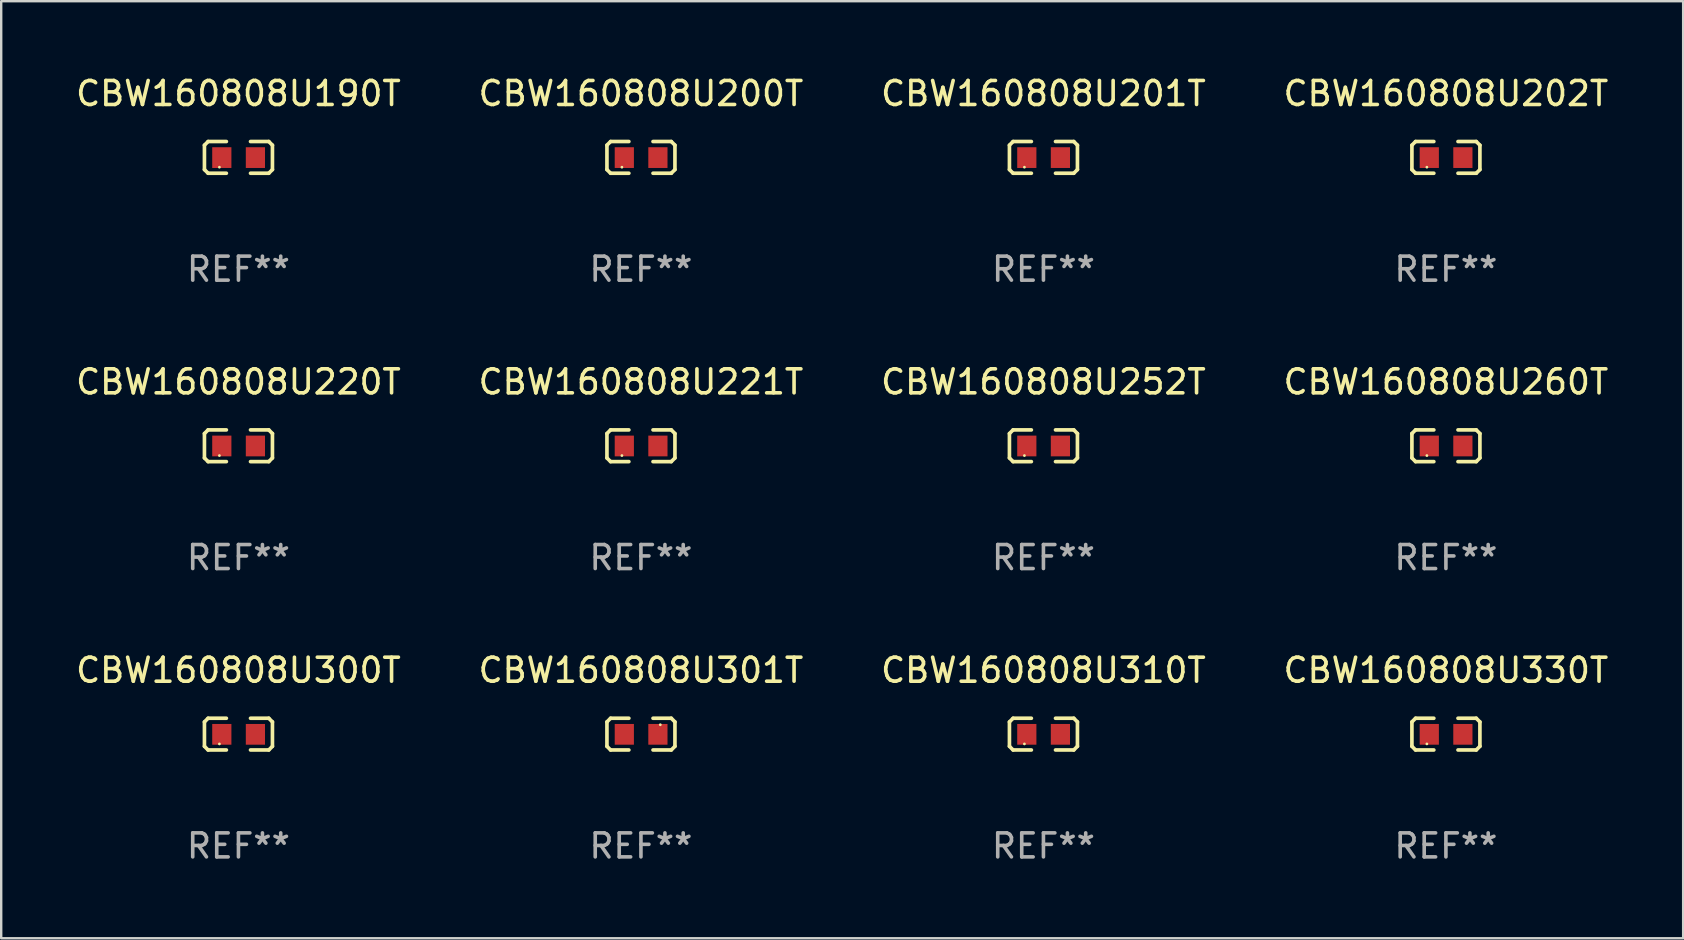
<source format=kicad_pcb>
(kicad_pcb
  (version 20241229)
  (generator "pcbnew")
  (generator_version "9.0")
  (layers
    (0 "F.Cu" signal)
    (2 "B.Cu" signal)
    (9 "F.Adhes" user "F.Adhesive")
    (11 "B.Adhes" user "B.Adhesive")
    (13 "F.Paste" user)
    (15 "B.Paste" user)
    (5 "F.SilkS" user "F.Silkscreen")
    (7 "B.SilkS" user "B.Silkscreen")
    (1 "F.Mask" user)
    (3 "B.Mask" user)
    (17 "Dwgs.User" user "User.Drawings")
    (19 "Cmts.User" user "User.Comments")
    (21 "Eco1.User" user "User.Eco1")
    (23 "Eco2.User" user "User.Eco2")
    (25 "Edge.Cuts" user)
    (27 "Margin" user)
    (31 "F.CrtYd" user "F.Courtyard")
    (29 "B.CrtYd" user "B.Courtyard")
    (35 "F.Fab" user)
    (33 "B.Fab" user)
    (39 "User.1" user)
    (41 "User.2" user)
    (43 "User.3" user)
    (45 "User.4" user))
  (footprint "CBW160808U310T"
    (layer "F.Cu")
    (at 40.435 27.544)
    (property "Reference" "CBW160808U310T" (at 0 -2.661 0) (layer "F.SilkS") (effects (font (size 1 1) (thickness 0.15))))
    (attr through_hole)
    (fp_line (start -1.417 -0.508) (end -1.265 -0.661) (stroke (width 0.152) (type solid)) (layer "F.SilkS"))
    (fp_line (start -1.417 0.508) (end -1.417 -0.508) (stroke (width 0.152) (type solid)) (layer "F.SilkS"))
    (fp_line (start -1.265 -0.661) (end -0.503 -0.661) (stroke (width 0.152) (type solid)) (layer "F.SilkS"))
    (fp_line (start -1.265 0.661) (end -1.417 0.508) (stroke (width 0.152) (type solid)) (layer "F.SilkS"))
    (fp_line (start -1.265 0.661) (end -0.503 0.661) (stroke (width 0.152) (type solid)) (layer "F.SilkS"))
    (fp_line (start 1.265 -0.661) (end 0.503 -0.661) (stroke (width 0.152) (type solid)) (layer "F.SilkS"))
    (fp_line (start 1.265 -0.661) (end 1.417 -0.508) (stroke (width 0.152) (type solid)) (layer "F.SilkS"))
    (fp_line (start 1.265 0.661) (end 0.503 0.661) (stroke (width 0.152) (type solid)) (layer "F.SilkS"))
    (fp_line (start 1.417 -0.508) (end 1.417 0.508) (stroke (width 0.152) (type solid)) (layer "F.SilkS"))
    (fp_line (start 1.417 0.508) (end 1.265 0.661) (stroke (width 0.152) (type solid)) (layer "F.SilkS"))
    (fp_circle (center -0.793 0.409) (end -0.763 0.409) (stroke (width 0.06) (type solid)) (fill no) (layer "F.SilkS"))
    (fp_text user "REF**" (at 0 4.661 0) (layer "F.Fab") (effects (font (size 1 1) (thickness 0.15))))
    (pad "1" smd rect (at -0.693 0.009 180) (size 0.8 0.864) (layers "F.Cu" "F.Mask" "F.Paste"))
    (pad "2" smd rect (at 0.707 0.009 180) (size 0.8 0.864) (layers "F.Cu" "F.Mask" "F.Paste")))
  (footprint "CBW160808U260T"
    (layer "F.Cu")
    (at 57.208 15.527)
    (property "Reference" "CBW160808U260T" (at 0 -2.661 0) (layer "F.SilkS") (effects (font (size 1 1) (thickness 0.15))))
    (attr through_hole)
    (fp_line (start -1.417 -0.508) (end -1.265 -0.661) (stroke (width 0.152) (type solid)) (layer "F.SilkS"))
    (fp_line (start -1.417 0.508) (end -1.417 -0.508) (stroke (width 0.152) (type solid)) (layer "F.SilkS"))
    (fp_line (start -1.265 -0.661) (end -0.503 -0.661) (stroke (width 0.152) (type solid)) (layer "F.SilkS"))
    (fp_line (start -1.265 0.661) (end -1.417 0.508) (stroke (width 0.152) (type solid)) (layer "F.SilkS"))
    (fp_line (start -1.265 0.661) (end -0.503 0.661) (stroke (width 0.152) (type solid)) (layer "F.SilkS"))
    (fp_line (start 1.265 -0.661) (end 0.503 -0.661) (stroke (width 0.152) (type solid)) (layer "F.SilkS"))
    (fp_line (start 1.265 -0.661) (end 1.417 -0.508) (stroke (width 0.152) (type solid)) (layer "F.SilkS"))
    (fp_line (start 1.265 0.661) (end 0.503 0.661) (stroke (width 0.152) (type solid)) (layer "F.SilkS"))
    (fp_line (start 1.417 -0.508) (end 1.417 0.508) (stroke (width 0.152) (type solid)) (layer "F.SilkS"))
    (fp_line (start 1.417 0.508) (end 1.265 0.661) (stroke (width 0.152) (type solid)) (layer "F.SilkS"))
    (fp_circle (center -0.793 0.409) (end -0.763 0.409) (stroke (width 0.06) (type solid)) (fill no) (layer "F.SilkS"))
    (fp_text user "REF**" (at 0 4.661 0) (layer "F.Fab") (effects (font (size 1 1) (thickness 0.15))))
    (pad "1" smd rect (at -0.693 0.009 180) (size 0.8 0.864) (layers "F.Cu" "F.Mask" "F.Paste"))
    (pad "2" smd rect (at 0.707 0.009 180) (size 0.8 0.864) (layers "F.Cu" "F.Mask" "F.Paste")))
  (footprint "CBW160808U202T"
    (layer "F.Cu")
    (at 57.208 3.509)
    (property "Reference" "CBW160808U202T" (at 0 -2.661 0) (layer "F.SilkS") (effects (font (size 1 1) (thickness 0.15))))
    (attr through_hole)
    (fp_line (start -1.417 -0.508) (end -1.265 -0.661) (stroke (width 0.152) (type solid)) (layer "F.SilkS"))
    (fp_line (start -1.417 0.508) (end -1.417 -0.508) (stroke (width 0.152) (type solid)) (layer "F.SilkS"))
    (fp_line (start -1.265 -0.661) (end -0.503 -0.661) (stroke (width 0.152) (type solid)) (layer "F.SilkS"))
    (fp_line (start -1.265 0.661) (end -1.417 0.508) (stroke (width 0.152) (type solid)) (layer "F.SilkS"))
    (fp_line (start -1.265 0.661) (end -0.503 0.661) (stroke (width 0.152) (type solid)) (layer "F.SilkS"))
    (fp_line (start 1.265 -0.661) (end 0.503 -0.661) (stroke (width 0.152) (type solid)) (layer "F.SilkS"))
    (fp_line (start 1.265 -0.661) (end 1.417 -0.508) (stroke (width 0.152) (type solid)) (layer "F.SilkS"))
    (fp_line (start 1.265 0.661) (end 0.503 0.661) (stroke (width 0.152) (type solid)) (layer "F.SilkS"))
    (fp_line (start 1.417 -0.508) (end 1.417 0.508) (stroke (width 0.152) (type solid)) (layer "F.SilkS"))
    (fp_line (start 1.417 0.508) (end 1.265 0.661) (stroke (width 0.152) (type solid)) (layer "F.SilkS"))
    (fp_circle (center -0.793 0.409) (end -0.763 0.409) (stroke (width 0.06) (type solid)) (fill no) (layer "F.SilkS"))
    (fp_text user "REF**" (at 0 4.661 0) (layer "F.Fab") (effects (font (size 1 1) (thickness 0.15))))
    (pad "1" smd rect (at -0.693 0.009 180) (size 0.8 0.864) (layers "F.Cu" "F.Mask" "F.Paste"))
    (pad "2" smd rect (at 0.707 0.009 180) (size 0.8 0.864) (layers "F.Cu" "F.Mask" "F.Paste")))
  (footprint "CBW160808U190T"
    (layer "F.Cu")
    (at 6.887 3.509)
    (property "Reference" "CBW160808U190T" (at 0 -2.661 0) (layer "F.SilkS") (effects (font (size 1 1) (thickness 0.15))))
    (attr through_hole)
    (fp_line (start -1.417 -0.508) (end -1.265 -0.661) (stroke (width 0.152) (type solid)) (layer "F.SilkS"))
    (fp_line (start -1.417 0.508) (end -1.417 -0.508) (stroke (width 0.152) (type solid)) (layer "F.SilkS"))
    (fp_line (start -1.265 -0.661) (end -0.503 -0.661) (stroke (width 0.152) (type solid)) (layer "F.SilkS"))
    (fp_line (start -1.265 0.661) (end -1.417 0.508) (stroke (width 0.152) (type solid)) (layer "F.SilkS"))
    (fp_line (start -1.265 0.661) (end -0.503 0.661) (stroke (width 0.152) (type solid)) (layer "F.SilkS"))
    (fp_line (start 1.265 -0.661) (end 0.503 -0.661) (stroke (width 0.152) (type solid)) (layer "F.SilkS"))
    (fp_line (start 1.265 -0.661) (end 1.417 -0.508) (stroke (width 0.152) (type solid)) (layer "F.SilkS"))
    (fp_line (start 1.265 0.661) (end 0.503 0.661) (stroke (width 0.152) (type solid)) (layer "F.SilkS"))
    (fp_line (start 1.417 -0.508) (end 1.417 0.508) (stroke (width 0.152) (type solid)) (layer "F.SilkS"))
    (fp_line (start 1.417 0.508) (end 1.265 0.661) (stroke (width 0.152) (type solid)) (layer "F.SilkS"))
    (fp_circle (center -0.793 0.409) (end -0.763 0.409) (stroke (width 0.06) (type solid)) (fill no) (layer "F.SilkS"))
    (fp_text user "REF**" (at 0 4.661 0) (layer "F.Fab") (effects (font (size 1 1) (thickness 0.15))))
    (pad "1" smd rect (at -0.693 0.009 180) (size 0.8 0.864) (layers "F.Cu" "F.Mask" "F.Paste"))
    (pad "2" smd rect (at 0.707 0.009 180) (size 0.8 0.864) (layers "F.Cu" "F.Mask" "F.Paste")))
  (footprint "CBW160808U330T"
    (layer "F.Cu")
    (at 57.208 27.544)
    (property "Reference" "CBW160808U330T" (at 0 -2.661 0) (layer "F.SilkS") (effects (font (size 1 1) (thickness 0.15))))
    (attr through_hole)
    (fp_line (start -1.417 -0.508) (end -1.265 -0.661) (stroke (width 0.152) (type solid)) (layer "F.SilkS"))
    (fp_line (start -1.417 0.508) (end -1.417 -0.508) (stroke (width 0.152) (type solid)) (layer "F.SilkS"))
    (fp_line (start -1.265 -0.661) (end -0.503 -0.661) (stroke (width 0.152) (type solid)) (layer "F.SilkS"))
    (fp_line (start -1.265 0.661) (end -1.417 0.508) (stroke (width 0.152) (type solid)) (layer "F.SilkS"))
    (fp_line (start -1.265 0.661) (end -0.503 0.661) (stroke (width 0.152) (type solid)) (layer "F.SilkS"))
    (fp_line (start 1.265 -0.661) (end 0.503 -0.661) (stroke (width 0.152) (type solid)) (layer "F.SilkS"))
    (fp_line (start 1.265 -0.661) (end 1.417 -0.508) (stroke (width 0.152) (type solid)) (layer "F.SilkS"))
    (fp_line (start 1.265 0.661) (end 0.503 0.661) (stroke (width 0.152) (type solid)) (layer "F.SilkS"))
    (fp_line (start 1.417 -0.508) (end 1.417 0.508) (stroke (width 0.152) (type solid)) (layer "F.SilkS"))
    (fp_line (start 1.417 0.508) (end 1.265 0.661) (stroke (width 0.152) (type solid)) (layer "F.SilkS"))
    (fp_circle (center -0.793 0.409) (end -0.763 0.409) (stroke (width 0.06) (type solid)) (fill no) (layer "F.SilkS"))
    (fp_text user "REF**" (at 0 4.661 0) (layer "F.Fab") (effects (font (size 1 1) (thickness 0.15))))
    (pad "1" smd rect (at -0.693 0.009 180) (size 0.8 0.864) (layers "F.Cu" "F.Mask" "F.Paste"))
    (pad "2" smd rect (at 0.707 0.009 180) (size 0.8 0.864) (layers "F.Cu" "F.Mask" "F.Paste")))
  (footprint "CBW160808U300T"
    (layer "F.Cu")
    (at 6.887 27.544)
    (property "Reference" "CBW160808U300T" (at 0 -2.661 0) (layer "F.SilkS") (effects (font (size 1 1) (thickness 0.15))))
    (attr through_hole)
    (fp_line (start -1.417 -0.508) (end -1.265 -0.661) (stroke (width 0.152) (type solid)) (layer "F.SilkS"))
    (fp_line (start -1.417 0.508) (end -1.417 -0.508) (stroke (width 0.152) (type solid)) (layer "F.SilkS"))
    (fp_line (start -1.265 -0.661) (end -0.503 -0.661) (stroke (width 0.152) (type solid)) (layer "F.SilkS"))
    (fp_line (start -1.265 0.661) (end -1.417 0.508) (stroke (width 0.152) (type solid)) (layer "F.SilkS"))
    (fp_line (start -1.265 0.661) (end -0.503 0.661) (stroke (width 0.152) (type solid)) (layer "F.SilkS"))
    (fp_line (start 1.265 -0.661) (end 0.503 -0.661) (stroke (width 0.152) (type solid)) (layer "F.SilkS"))
    (fp_line (start 1.265 -0.661) (end 1.417 -0.508) (stroke (width 0.152) (type solid)) (layer "F.SilkS"))
    (fp_line (start 1.265 0.661) (end 0.503 0.661) (stroke (width 0.152) (type solid)) (layer "F.SilkS"))
    (fp_line (start 1.417 -0.508) (end 1.417 0.508) (stroke (width 0.152) (type solid)) (layer "F.SilkS"))
    (fp_line (start 1.417 0.508) (end 1.265 0.661) (stroke (width 0.152) (type solid)) (layer "F.SilkS"))
    (fp_circle (center -0.793 0.409) (end -0.763 0.409) (stroke (width 0.06) (type solid)) (fill no) (layer "F.SilkS"))
    (fp_text user "REF**" (at 0 4.661 0) (layer "F.Fab") (effects (font (size 1 1) (thickness 0.15))))
    (pad "1" smd rect (at -0.693 0.009 180) (size 0.8 0.864) (layers "F.Cu" "F.Mask" "F.Paste"))
    (pad "2" smd rect (at 0.707 0.009 180) (size 0.8 0.864) (layers "F.Cu" "F.Mask" "F.Paste")))
  (footprint "CBW160808U252T"
    (layer "F.Cu")
    (at 40.435 15.527)
    (property "Reference" "CBW160808U252T" (at 0 -2.661 0) (layer "F.SilkS") (effects (font (size 1 1) (thickness 0.15))))
    (attr through_hole)
    (fp_line (start -1.417 -0.508) (end -1.265 -0.661) (stroke (width 0.152) (type solid)) (layer "F.SilkS"))
    (fp_line (start -1.417 0.508) (end -1.417 -0.508) (stroke (width 0.152) (type solid)) (layer "F.SilkS"))
    (fp_line (start -1.265 -0.661) (end -0.503 -0.661) (stroke (width 0.152) (type solid)) (layer "F.SilkS"))
    (fp_line (start -1.265 0.661) (end -1.417 0.508) (stroke (width 0.152) (type solid)) (layer "F.SilkS"))
    (fp_line (start -1.265 0.661) (end -0.503 0.661) (stroke (width 0.152) (type solid)) (layer "F.SilkS"))
    (fp_line (start 1.265 -0.661) (end 0.503 -0.661) (stroke (width 0.152) (type solid)) (layer "F.SilkS"))
    (fp_line (start 1.265 -0.661) (end 1.417 -0.508) (stroke (width 0.152) (type solid)) (layer "F.SilkS"))
    (fp_line (start 1.265 0.661) (end 0.503 0.661) (stroke (width 0.152) (type solid)) (layer "F.SilkS"))
    (fp_line (start 1.417 -0.508) (end 1.417 0.508) (stroke (width 0.152) (type solid)) (layer "F.SilkS"))
    (fp_line (start 1.417 0.508) (end 1.265 0.661) (stroke (width 0.152) (type solid)) (layer "F.SilkS"))
    (fp_circle (center -0.793 0.409) (end -0.763 0.409) (stroke (width 0.06) (type solid)) (fill no) (layer "F.SilkS"))
    (fp_text user "REF**" (at 0 4.661 0) (layer "F.Fab") (effects (font (size 1 1) (thickness 0.15))))
    (pad "1" smd rect (at -0.693 0.009 180) (size 0.8 0.864) (layers "F.Cu" "F.Mask" "F.Paste"))
    (pad "2" smd rect (at 0.707 0.009 180) (size 0.8 0.864) (layers "F.Cu" "F.Mask" "F.Paste")))
  (footprint "CBW160808U200T"
    (layer "F.Cu")
    (at 23.661 3.509)
    (property "Reference" "CBW160808U200T" (at 0 -2.661 0) (layer "F.SilkS") (effects (font (size 1 1) (thickness 0.15))))
    (attr through_hole)
    (fp_line (start -1.417 -0.508) (end -1.265 -0.661) (stroke (width 0.152) (type solid)) (layer "F.SilkS"))
    (fp_line (start -1.417 0.508) (end -1.417 -0.508) (stroke (width 0.152) (type solid)) (layer "F.SilkS"))
    (fp_line (start -1.265 -0.661) (end -0.503 -0.661) (stroke (width 0.152) (type solid)) (layer "F.SilkS"))
    (fp_line (start -1.265 0.661) (end -1.417 0.508) (stroke (width 0.152) (type solid)) (layer "F.SilkS"))
    (fp_line (start -1.265 0.661) (end -0.503 0.661) (stroke (width 0.152) (type solid)) (layer "F.SilkS"))
    (fp_line (start 1.265 -0.661) (end 0.503 -0.661) (stroke (width 0.152) (type solid)) (layer "F.SilkS"))
    (fp_line (start 1.265 -0.661) (end 1.417 -0.508) (stroke (width 0.152) (type solid)) (layer "F.SilkS"))
    (fp_line (start 1.265 0.661) (end 0.503 0.661) (stroke (width 0.152) (type solid)) (layer "F.SilkS"))
    (fp_line (start 1.417 -0.508) (end 1.417 0.508) (stroke (width 0.152) (type solid)) (layer "F.SilkS"))
    (fp_line (start 1.417 0.508) (end 1.265 0.661) (stroke (width 0.152) (type solid)) (layer "F.SilkS"))
    (fp_circle (center -0.793 0.409) (end -0.763 0.409) (stroke (width 0.06) (type solid)) (fill no) (layer "F.SilkS"))
    (fp_text user "REF**" (at 0 4.661 0) (layer "F.Fab") (effects (font (size 1 1) (thickness 0.15))))
    (pad "1" smd rect (at -0.693 0.009 180) (size 0.8 0.864) (layers "F.Cu" "F.Mask" "F.Paste"))
    (pad "2" smd rect (at 0.707 0.009 180) (size 0.8 0.864) (layers "F.Cu" "F.Mask" "F.Paste")))
  (footprint "CBW160808U201T"
    (layer "F.Cu")
    (at 40.435 3.509)
    (property "Reference" "CBW160808U201T" (at 0 -2.661 0) (layer "F.SilkS") (effects (font (size 1 1) (thickness 0.15))))
    (attr through_hole)
    (fp_line (start -1.417 -0.508) (end -1.265 -0.661) (stroke (width 0.152) (type solid)) (layer "F.SilkS"))
    (fp_line (start -1.417 0.508) (end -1.417 -0.508) (stroke (width 0.152) (type solid)) (layer "F.SilkS"))
    (fp_line (start -1.265 -0.661) (end -0.503 -0.661) (stroke (width 0.152) (type solid)) (layer "F.SilkS"))
    (fp_line (start -1.265 0.661) (end -1.417 0.508) (stroke (width 0.152) (type solid)) (layer "F.SilkS"))
    (fp_line (start -1.265 0.661) (end -0.503 0.661) (stroke (width 0.152) (type solid)) (layer "F.SilkS"))
    (fp_line (start 1.265 -0.661) (end 0.503 -0.661) (stroke (width 0.152) (type solid)) (layer "F.SilkS"))
    (fp_line (start 1.265 -0.661) (end 1.417 -0.508) (stroke (width 0.152) (type solid)) (layer "F.SilkS"))
    (fp_line (start 1.265 0.661) (end 0.503 0.661) (stroke (width 0.152) (type solid)) (layer "F.SilkS"))
    (fp_line (start 1.417 -0.508) (end 1.417 0.508) (stroke (width 0.152) (type solid)) (layer "F.SilkS"))
    (fp_line (start 1.417 0.508) (end 1.265 0.661) (stroke (width 0.152) (type solid)) (layer "F.SilkS"))
    (fp_circle (center -0.793 0.409) (end -0.763 0.409) (stroke (width 0.06) (type solid)) (fill no) (layer "F.SilkS"))
    (fp_text user "REF**" (at 0 4.661 0) (layer "F.Fab") (effects (font (size 1 1) (thickness 0.15))))
    (pad "1" smd rect (at -0.693 0.009 180) (size 0.8 0.864) (layers "F.Cu" "F.Mask" "F.Paste"))
    (pad "2" smd rect (at 0.707 0.009 180) (size 0.8 0.864) (layers "F.Cu" "F.Mask" "F.Paste")))
  (footprint "CBW160808U301T"
    (layer "F.Cu")
    (at 23.661 27.544)
    (property "Reference" "CBW160808U301T" (at 0 -2.661 0) (layer "F.SilkS") (effects (font (size 1 1) (thickness 0.15))))
    (attr through_hole)
    (fp_line (start -1.417 -0.508) (end -1.265 -0.661) (stroke (width 0.152) (type solid)) (layer "F.SilkS"))
    (fp_line (start -1.417 0.508) (end -1.417 -0.508) (stroke (width 0.152) (type solid)) (layer "F.SilkS"))
    (fp_line (start -1.265 -0.661) (end -0.503 -0.661) (stroke (width 0.152) (type solid)) (layer "F.SilkS"))
    (fp_line (start -1.265 0.661) (end -1.417 0.508) (stroke (width 0.152) (type solid)) (layer "F.SilkS"))
    (fp_line (start -1.265 0.661) (end -0.503 0.661) (stroke (width 0.152) (type solid)) (layer "F.SilkS"))
    (fp_line (start 1.265 -0.661) (end 0.503 -0.661) (stroke (width 0.152) (type solid)) (layer "F.SilkS"))
    (fp_line (start 1.265 -0.661) (end 1.417 -0.508) (stroke (width 0.152) (type solid)) (layer "F.SilkS"))
    (fp_line (start 1.265 0.661) (end 0.503 0.661) (stroke (width 0.152) (type solid)) (layer "F.SilkS"))
    (fp_line (start 1.417 -0.508) (end 1.417 0.508) (stroke (width 0.152) (type solid)) (layer "F.SilkS"))
    (fp_line (start 1.417 0.508) (end 1.265 0.661) (stroke (width 0.152) (type solid)) (layer "F.SilkS"))
    (fp_circle (center 0.807 -0.391) (end 0.837 -0.391) (stroke (width 0.06) (type solid)) (fill no) (layer "F.SilkS"))
    (fp_text user "REF**" (at 0 4.661 0) (layer "F.Fab") (effects (font (size 1 1) (thickness 0.15))))
    (pad "1" smd rect (at 0.707 0.009 180) (size 0.8 0.864) (layers "F.Cu" "F.Mask" "F.Paste"))
    (pad "2" smd rect (at -0.693 0.009 180) (size 0.8 0.864) (layers "F.Cu" "F.Mask" "F.Paste")))
  (footprint "CBW160808U221T"
    (layer "F.Cu")
    (at 23.661 15.527)
    (property "Reference" "CBW160808U221T" (at 0 -2.661 0) (layer "F.SilkS") (effects (font (size 1 1) (thickness 0.15))))
    (attr through_hole)
    (fp_line (start -1.417 -0.508) (end -1.265 -0.661) (stroke (width 0.152) (type solid)) (layer "F.SilkS"))
    (fp_line (start -1.417 0.508) (end -1.417 -0.508) (stroke (width 0.152) (type solid)) (layer "F.SilkS"))
    (fp_line (start -1.265 -0.661) (end -0.503 -0.661) (stroke (width 0.152) (type solid)) (layer "F.SilkS"))
    (fp_line (start -1.265 0.661) (end -1.417 0.508) (stroke (width 0.152) (type solid)) (layer "F.SilkS"))
    (fp_line (start -1.265 0.661) (end -0.503 0.661) (stroke (width 0.152) (type solid)) (layer "F.SilkS"))
    (fp_line (start 1.265 -0.661) (end 0.503 -0.661) (stroke (width 0.152) (type solid)) (layer "F.SilkS"))
    (fp_line (start 1.265 -0.661) (end 1.417 -0.508) (stroke (width 0.152) (type solid)) (layer "F.SilkS"))
    (fp_line (start 1.265 0.661) (end 0.503 0.661) (stroke (width 0.152) (type solid)) (layer "F.SilkS"))
    (fp_line (start 1.417 -0.508) (end 1.417 0.508) (stroke (width 0.152) (type solid)) (layer "F.SilkS"))
    (fp_line (start 1.417 0.508) (end 1.265 0.661) (stroke (width 0.152) (type solid)) (layer "F.SilkS"))
    (fp_circle (center -0.793 0.409) (end -0.763 0.409) (stroke (width 0.06) (type solid)) (fill no) (layer "F.SilkS"))
    (fp_text user "REF**" (at 0 4.661 0) (layer "F.Fab") (effects (font (size 1 1) (thickness 0.15))))
    (pad "1" smd rect (at -0.693 0.009 180) (size 0.8 0.864) (layers "F.Cu" "F.Mask" "F.Paste"))
    (pad "2" smd rect (at 0.707 0.009 180) (size 0.8 0.864) (layers "F.Cu" "F.Mask" "F.Paste")))
  (footprint "CBW160808U220T"
    (layer "F.Cu")
    (at 6.887 15.527)
    (property "Reference" "CBW160808U220T" (at 0 -2.661 0) (layer "F.SilkS") (effects (font (size 1 1) (thickness 0.15))))
    (attr through_hole)
    (fp_line (start -1.417 -0.508) (end -1.265 -0.661) (stroke (width 0.152) (type solid)) (layer "F.SilkS"))
    (fp_line (start -1.417 0.508) (end -1.417 -0.508) (stroke (width 0.152) (type solid)) (layer "F.SilkS"))
    (fp_line (start -1.265 -0.661) (end -0.503 -0.661) (stroke (width 0.152) (type solid)) (layer "F.SilkS"))
    (fp_line (start -1.265 0.661) (end -1.417 0.508) (stroke (width 0.152) (type solid)) (layer "F.SilkS"))
    (fp_line (start -1.265 0.661) (end -0.503 0.661) (stroke (width 0.152) (type solid)) (layer "F.SilkS"))
    (fp_line (start 1.265 -0.661) (end 0.503 -0.661) (stroke (width 0.152) (type solid)) (layer "F.SilkS"))
    (fp_line (start 1.265 -0.661) (end 1.417 -0.508) (stroke (width 0.152) (type solid)) (layer "F.SilkS"))
    (fp_line (start 1.265 0.661) (end 0.503 0.661) (stroke (width 0.152) (type solid)) (layer "F.SilkS"))
    (fp_line (start 1.417 -0.508) (end 1.417 0.508) (stroke (width 0.152) (type solid)) (layer "F.SilkS"))
    (fp_line (start 1.417 0.508) (end 1.265 0.661) (stroke (width 0.152) (type solid)) (layer "F.SilkS"))
    (fp_circle (center -0.793 0.409) (end -0.763 0.409) (stroke (width 0.06) (type solid)) (fill no) (layer "F.SilkS"))
    (fp_text user "REF**" (at 0 4.661 0) (layer "F.Fab") (effects (font (size 1 1) (thickness 0.15))))
    (pad "1" smd rect (at -0.693 0.009 180) (size 0.8 0.864) (layers "F.Cu" "F.Mask" "F.Paste"))
    (pad "2" smd rect (at 0.707 0.009 180) (size 0.8 0.864) (layers "F.Cu" "F.Mask" "F.Paste")))
  (gr_rect
    (start -3 -3)
    (end 67.095 36.053)
    (stroke (width 0.1) (type default))
    (fill no)
    (layer "Edge.Cuts")))
</source>
